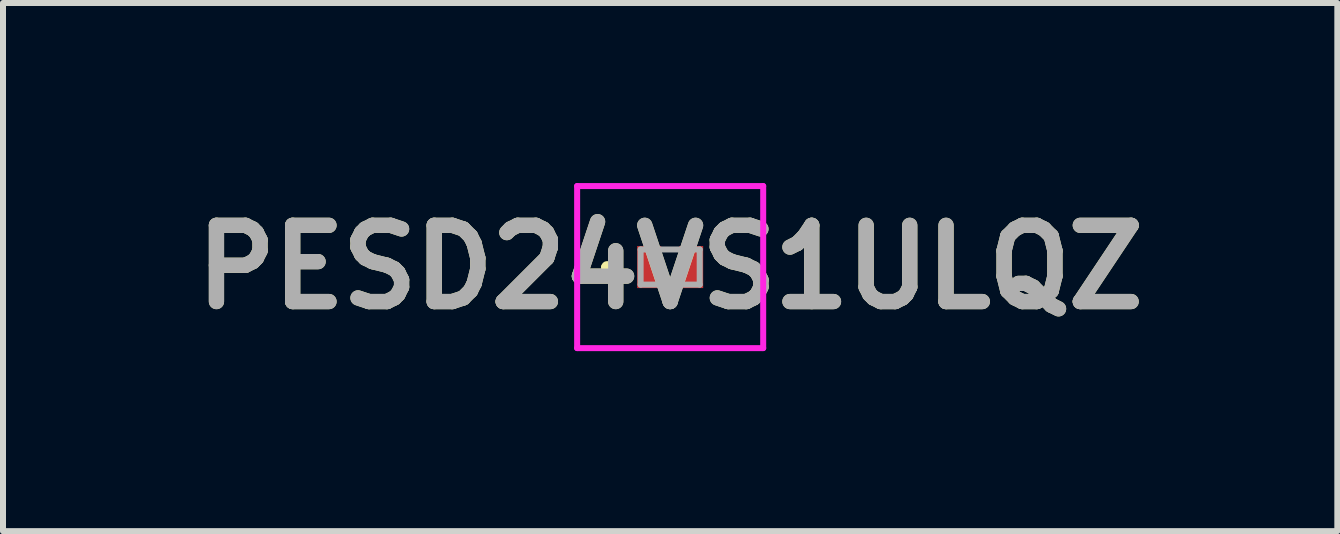
<source format=kicad_pcb>
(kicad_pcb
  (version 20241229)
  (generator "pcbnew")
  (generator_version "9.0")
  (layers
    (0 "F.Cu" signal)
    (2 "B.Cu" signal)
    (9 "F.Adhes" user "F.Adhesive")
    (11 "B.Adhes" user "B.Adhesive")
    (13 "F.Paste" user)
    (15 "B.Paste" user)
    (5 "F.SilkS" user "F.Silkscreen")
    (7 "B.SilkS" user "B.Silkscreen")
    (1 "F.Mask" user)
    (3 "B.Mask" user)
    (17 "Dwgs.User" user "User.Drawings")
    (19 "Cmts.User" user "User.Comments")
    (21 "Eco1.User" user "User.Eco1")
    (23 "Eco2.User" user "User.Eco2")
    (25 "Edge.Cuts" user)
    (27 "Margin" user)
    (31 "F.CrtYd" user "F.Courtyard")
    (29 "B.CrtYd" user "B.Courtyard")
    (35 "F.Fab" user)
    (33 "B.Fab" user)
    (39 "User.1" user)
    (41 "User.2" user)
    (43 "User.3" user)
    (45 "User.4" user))
  (footprint "PESD24VS1ULQZ"
    (layer "F.Cu")
    (at 8.116 1.4)
    (property "Reference" "PESD24VS1ULQZ" (at 0 0 0) (layer "F.SilkS") (effects (font (size 1.27 1.27) (thickness 0.254))))
    (attr smd)
    (fp_line (start -1.1 0) (end -1.1 0) (stroke (width 0.1) (type solid)) (layer "F.SilkS"))
    (fp_line (start -1 0) (end -1 0) (stroke (width 0.1) (type solid)) (layer "F.SilkS"))
    (fp_arc (start -1.1 0) (mid -1.05 -0.05) (end -1 0) (stroke (width 0.1) (type solid)) (layer "F.SilkS"))
    (fp_arc (start -1 0) (mid -1.05 0.05) (end -1.1 0) (stroke (width 0.1) (type solid)) (layer "F.SilkS"))
    (fp_line (start -1.55 -1.35) (end 1.55 -1.35) (stroke (width 0.1) (type solid)) (layer "F.CrtYd"))
    (fp_line (start -1.55 1.35) (end -1.55 -1.35) (stroke (width 0.1) (type solid)) (layer "F.CrtYd"))
    (fp_line (start 1.55 -1.35) (end 1.55 1.35) (stroke (width 0.1) (type solid)) (layer "F.CrtYd"))
    (fp_line (start 1.55 1.35) (end -1.55 1.35) (stroke (width 0.1) (type solid)) (layer "F.CrtYd"))
    (fp_line (start -0.492 -0.293) (end -0.492 0.292) (stroke (width 0.1) (type solid)) (layer "F.Fab"))
    (fp_line (start -0.492 0.292) (end 0.492 0.292) (stroke (width 0.1) (type solid)) (layer "F.Fab"))
    (fp_line (start 0.492 -0.293) (end -0.492 -0.293) (stroke (width 0.1) (type solid)) (layer "F.Fab"))
    (fp_line (start 0.492 0.292) (end 0.492 -0.293) (stroke (width 0.1) (type solid)) (layer "F.Fab"))
    (fp_text user "${REFERENCE}" (at 0 0 0) (layer "F.Fab") (effects (font (size 1.27 1.27) (thickness 0.254))))
    (pad "1" smd rect (at -0.35 0) (size 0.4 0.7) (layers "F.Cu" "F.Mask" "F.Paste"))
    (pad "2" smd rect (at 0.35 0) (size 0.4 0.7) (layers "F.Cu" "F.Mask" "F.Paste")))
  (gr_rect
    (start -3 -3)
    (end 19.232 5.8)
    (stroke (width 0.1) (type default))
    (fill no)
    (layer "Edge.Cuts")))
</source>
